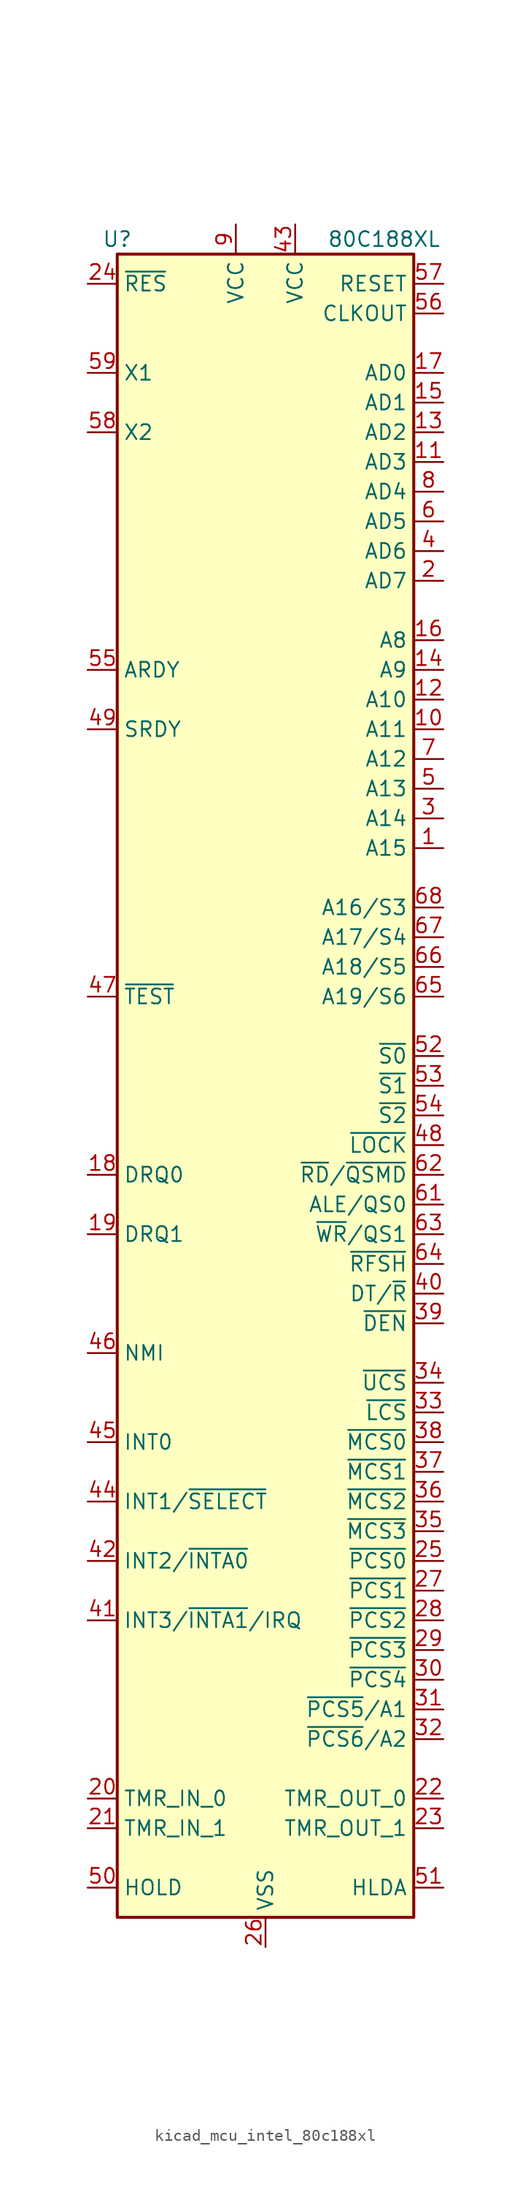
<source format=kicad_sym>
(kicad_symbol_lib
  (version 20220914)
  (generator kicad_symbol_editor)
  (symbol "kicad_mcu_intel_80c188xl"
    (property "Reference" "U"
      (at -12.7 72.39 0)
      (effects (font (size 1.27 1.27))))
    (property "Value" "80C188XL"
      (at 10.16 72.39 0)
      (effects (font (size 1.27 1.27))))
    (symbol "kicad_mcu_intel_80c188xl_0_1"
      (rectangle (start 12.7 -71.12) (end -12.7 71.12) (stroke (width 0.254) (type default)) (fill (type background))))
    (symbol "kicad_mcu_intel_80c188xl_1_1"
      (pin output line (at 15.24 20.32 180) (length 2.54) (name "A15" (effects (font (size 1.27 1.27)))) (number "1" (effects (font (size 1.27 1.27)))))
      (pin output line (at 15.24 30.48 180) (length 2.54) (name "A11" (effects (font (size 1.27 1.27)))) (number "10" (effects (font (size 1.27 1.27)))))
      (pin bidirectional line (at 15.24 53.34 180) (length 2.54) (name "AD3" (effects (font (size 1.27 1.27)))) (number "11" (effects (font (size 1.27 1.27)))))
      (pin output line (at 15.24 33.02 180) (length 2.54) (name "A10" (effects (font (size 1.27 1.27)))) (number "12" (effects (font (size 1.27 1.27)))))
      (pin bidirectional line (at 15.24 55.88 180) (length 2.54) (name "AD2" (effects (font (size 1.27 1.27)))) (number "13" (effects (font (size 1.27 1.27)))))
      (pin output line (at 15.24 35.56 180) (length 2.54) (name "A9" (effects (font (size 1.27 1.27)))) (number "14" (effects (font (size 1.27 1.27)))))
      (pin bidirectional line (at 15.24 58.42 180) (length 2.54) (name "AD1" (effects (font (size 1.27 1.27)))) (number "15" (effects (font (size 1.27 1.27)))))
      (pin output line (at 15.24 38.1 180) (length 2.54) (name "A8" (effects (font (size 1.27 1.27)))) (number "16" (effects (font (size 1.27 1.27)))))
      (pin bidirectional line (at 15.24 60.96 180) (length 2.54) (name "AD0" (effects (font (size 1.27 1.27)))) (number "17" (effects (font (size 1.27 1.27)))))
      (pin input line (at -15.24 -7.62 0) (length 2.54) (name "DRQ0" (effects (font (size 1.27 1.27)))) (number "18" (effects (font (size 1.27 1.27)))))
      (pin input line (at -15.24 -12.7 0) (length 2.54) (name "DRQ1" (effects (font (size 1.27 1.27)))) (number "19" (effects (font (size 1.27 1.27)))))
      (pin bidirectional line (at 15.24 43.18 180) (length 2.54) (name "AD7" (effects (font (size 1.27 1.27)))) (number "2" (effects (font (size 1.27 1.27)))))
      (pin input line (at -15.24 -60.96 0) (length 2.54) (name "TMR_IN_0" (effects (font (size 1.27 1.27)))) (number "20" (effects (font (size 1.27 1.27)))))
      (pin input line (at -15.24 -63.5 0) (length 2.54) (name "TMR_IN_1" (effects (font (size 1.27 1.27)))) (number "21" (effects (font (size 1.27 1.27)))))
      (pin output line (at 15.24 -60.96 180) (length 2.54) (name "TMR_OUT_0" (effects (font (size 1.27 1.27)))) (number "22" (effects (font (size 1.27 1.27)))))
      (pin output line (at 15.24 -63.5 180) (length 2.54) (name "TMR_OUT_1" (effects (font (size 1.27 1.27)))) (number "23" (effects (font (size 1.27 1.27)))))
      (pin input line (at -15.24 68.58 0) (length 2.54) (name "~{RES}" (effects (font (size 1.27 1.27)))) (number "24" (effects (font (size 1.27 1.27)))))
      (pin output line (at 15.24 -40.64 180) (length 2.54) (name "~{PCS0}" (effects (font (size 1.27 1.27)))) (number "25" (effects (font (size 1.27 1.27)))))
      (pin power_in line (at 0 -73.66 90) (length 2.54) (name "VSS" (effects (font (size 1.27 1.27)))) (number "26" (effects (font (size 1.27 1.27)))))
      (pin output line (at 15.24 -43.18 180) (length 2.54) (name "~{PCS1}" (effects (font (size 1.27 1.27)))) (number "27" (effects (font (size 1.27 1.27)))))
      (pin output line (at 15.24 -45.72 180) (length 2.54) (name "~{PCS2}" (effects (font (size 1.27 1.27)))) (number "28" (effects (font (size 1.27 1.27)))))
      (pin output line (at 15.24 -48.26 180) (length 2.54) (name "~{PCS3}" (effects (font (size 1.27 1.27)))) (number "29" (effects (font (size 1.27 1.27)))))
      (pin output line (at 15.24 22.86 180) (length 2.54) (name "A14" (effects (font (size 1.27 1.27)))) (number "3" (effects (font (size 1.27 1.27)))))
      (pin output line (at 15.24 -50.8 180) (length 2.54) (name "~{PCS4}" (effects (font (size 1.27 1.27)))) (number "30" (effects (font (size 1.27 1.27)))))
      (pin output line (at 15.24 -53.34 180) (length 2.54) (name "~{PCS5}/A1" (effects (font (size 1.27 1.27)))) (number "31" (effects (font (size 1.27 1.27)))))
      (pin output line (at 15.24 -55.88 180) (length 2.54) (name "~{PCS6}/A2" (effects (font (size 1.27 1.27)))) (number "32" (effects (font (size 1.27 1.27)))))
      (pin bidirectional line (at 15.24 -27.94 180) (length 2.54) (name "~{LCS}" (effects (font (size 1.27 1.27)))) (number "33" (effects (font (size 1.27 1.27)))))
      (pin bidirectional line (at 15.24 -25.4 180) (length 2.54) (name "~{UCS}" (effects (font (size 1.27 1.27)))) (number "34" (effects (font (size 1.27 1.27)))))
      (pin output line (at 15.24 -38.1 180) (length 2.54) (name "~{MCS3}" (effects (font (size 1.27 1.27)))) (number "35" (effects (font (size 1.27 1.27)))))
      (pin output line (at 15.24 -35.56 180) (length 2.54) (name "~{MCS2}" (effects (font (size 1.27 1.27)))) (number "36" (effects (font (size 1.27 1.27)))))
      (pin output line (at 15.24 -33.02 180) (length 2.54) (name "~{MCS1}" (effects (font (size 1.27 1.27)))) (number "37" (effects (font (size 1.27 1.27)))))
      (pin output line (at 15.24 -30.48 180) (length 2.54) (name "~{MCS0}" (effects (font (size 1.27 1.27)))) (number "38" (effects (font (size 1.27 1.27)))))
      (pin output line (at 15.24 -20.32 180) (length 2.54) (name "~{DEN}" (effects (font (size 1.27 1.27)))) (number "39" (effects (font (size 1.27 1.27)))))
      (pin bidirectional line (at 15.24 45.72 180) (length 2.54) (name "AD6" (effects (font (size 1.27 1.27)))) (number "4" (effects (font (size 1.27 1.27)))))
      (pin output line (at 15.24 -17.78 180) (length 2.54) (name "DT/~{R}" (effects (font (size 1.27 1.27)))) (number "40" (effects (font (size 1.27 1.27)))))
      (pin bidirectional line (at -15.24 -45.72 0) (length 2.54) (name "INT3/~{INTA1}/IRQ" (effects (font (size 1.27 1.27)))) (number "41" (effects (font (size 1.27 1.27)))))
      (pin bidirectional line (at -15.24 -40.64 0) (length 2.54) (name "INT2/~{INTA0}" (effects (font (size 1.27 1.27)))) (number "42" (effects (font (size 1.27 1.27)))))
      (pin power_in line (at 2.54 73.66 270) (length 2.54) (name "VCC" (effects (font (size 1.27 1.27)))) (number "43" (effects (font (size 1.27 1.27)))))
      (pin input line (at -15.24 -35.56 0) (length 2.54) (name "INT1/~{SELECT}" (effects (font (size 1.27 1.27)))) (number "44" (effects (font (size 1.27 1.27)))))
      (pin input line (at -15.24 -30.48 0) (length 2.54) (name "INT0" (effects (font (size 1.27 1.27)))) (number "45" (effects (font (size 1.27 1.27)))))
      (pin input line (at -15.24 -22.86 0) (length 2.54) (name "NMI" (effects (font (size 1.27 1.27)))) (number "46" (effects (font (size 1.27 1.27)))))
      (pin bidirectional line (at -15.24 7.62 0) (length 2.54) (name "~{TEST}" (effects (font (size 1.27 1.27)))) (number "47" (effects (font (size 1.27 1.27)))))
      (pin output line (at 15.24 -5.08 180) (length 2.54) (name "~{LOCK}" (effects (font (size 1.27 1.27)))) (number "48" (effects (font (size 1.27 1.27)))))
      (pin input line (at -15.24 30.48 0) (length 2.54) (name "SRDY" (effects (font (size 1.27 1.27)))) (number "49" (effects (font (size 1.27 1.27)))))
      (pin output line (at 15.24 25.4 180) (length 2.54) (name "A13" (effects (font (size 1.27 1.27)))) (number "5" (effects (font (size 1.27 1.27)))))
      (pin input line (at -15.24 -68.58 0) (length 2.54) (name "HOLD" (effects (font (size 1.27 1.27)))) (number "50" (effects (font (size 1.27 1.27)))))
      (pin output line (at 15.24 -68.58 180) (length 2.54) (name "HLDA" (effects (font (size 1.27 1.27)))) (number "51" (effects (font (size 1.27 1.27)))))
      (pin output line (at 15.24 2.54 180) (length 2.54) (name "~{S0}" (effects (font (size 1.27 1.27)))) (number "52" (effects (font (size 1.27 1.27)))))
      (pin output line (at 15.24 0 180) (length 2.54) (name "~{S1}" (effects (font (size 1.27 1.27)))) (number "53" (effects (font (size 1.27 1.27)))))
      (pin output line (at 15.24 -2.54 180) (length 2.54) (name "~{S2}" (effects (font (size 1.27 1.27)))) (number "54" (effects (font (size 1.27 1.27)))))
      (pin input line (at -15.24 35.56 0) (length 2.54) (name "ARDY" (effects (font (size 1.27 1.27)))) (number "55" (effects (font (size 1.27 1.27)))))
      (pin output line (at 15.24 66.04 180) (length 2.54) (name "CLKOUT" (effects (font (size 1.27 1.27)))) (number "56" (effects (font (size 1.27 1.27)))))
      (pin output line (at 15.24 68.58 180) (length 2.54) (name "RESET" (effects (font (size 1.27 1.27)))) (number "57" (effects (font (size 1.27 1.27)))))
      (pin output line (at -15.24 55.88 0) (length 2.54) (name "X2" (effects (font (size 1.27 1.27)))) (number "58" (effects (font (size 1.27 1.27)))))
      (pin input line (at -15.24 60.96 0) (length 2.54) (name "X1" (effects (font (size 1.27 1.27)))) (number "59" (effects (font (size 1.27 1.27)))))
      (pin bidirectional line (at 15.24 48.26 180) (length 2.54) (name "AD5" (effects (font (size 1.27 1.27)))) (number "6" (effects (font (size 1.27 1.27)))))
      (pin passive line (at 0 -73.66 90) (length 2.54) hide (name "VSS" (effects (font (size 1.27 1.27)))) (number "60" (effects (font (size 1.27 1.27)))))
      (pin output line (at 15.24 -10.16 180) (length 2.54) (name "ALE/QS0" (effects (font (size 1.27 1.27)))) (number "61" (effects (font (size 1.27 1.27)))))
      (pin bidirectional line (at 15.24 -7.62 180) (length 2.54) (name "~{RD}/~{QSMD}" (effects (font (size 1.27 1.27)))) (number "62" (effects (font (size 1.27 1.27)))))
      (pin output line (at 15.24 -12.7 180) (length 2.54) (name "~{WR}/QS1" (effects (font (size 1.27 1.27)))) (number "63" (effects (font (size 1.27 1.27)))))
      (pin output line (at 15.24 -15.24 180) (length 2.54) (name "~{RFSH}" (effects (font (size 1.27 1.27)))) (number "64" (effects (font (size 1.27 1.27)))))
      (pin output line (at 15.24 7.62 180) (length 2.54) (name "A19/S6" (effects (font (size 1.27 1.27)))) (number "65" (effects (font (size 1.27 1.27)))))
      (pin output line (at 15.24 10.16 180) (length 2.54) (name "A18/S5" (effects (font (size 1.27 1.27)))) (number "66" (effects (font (size 1.27 1.27)))))
      (pin output line (at 15.24 12.7 180) (length 2.54) (name "A17/S4" (effects (font (size 1.27 1.27)))) (number "67" (effects (font (size 1.27 1.27)))))
      (pin output line (at 15.24 15.24 180) (length 2.54) (name "A16/S3" (effects (font (size 1.27 1.27)))) (number "68" (effects (font (size 1.27 1.27)))))
      (pin output line (at 15.24 27.94 180) (length 2.54) (name "A12" (effects (font (size 1.27 1.27)))) (number "7" (effects (font (size 1.27 1.27)))))
      (pin bidirectional line (at 15.24 50.8 180) (length 2.54) (name "AD4" (effects (font (size 1.27 1.27)))) (number "8" (effects (font (size 1.27 1.27)))))
      (pin power_in line (at -2.54 73.66 270) (length 2.54) (name "VCC" (effects (font (size 1.27 1.27)))) (number "9" (effects (font (size 1.27 1.27))))))))
</source>
